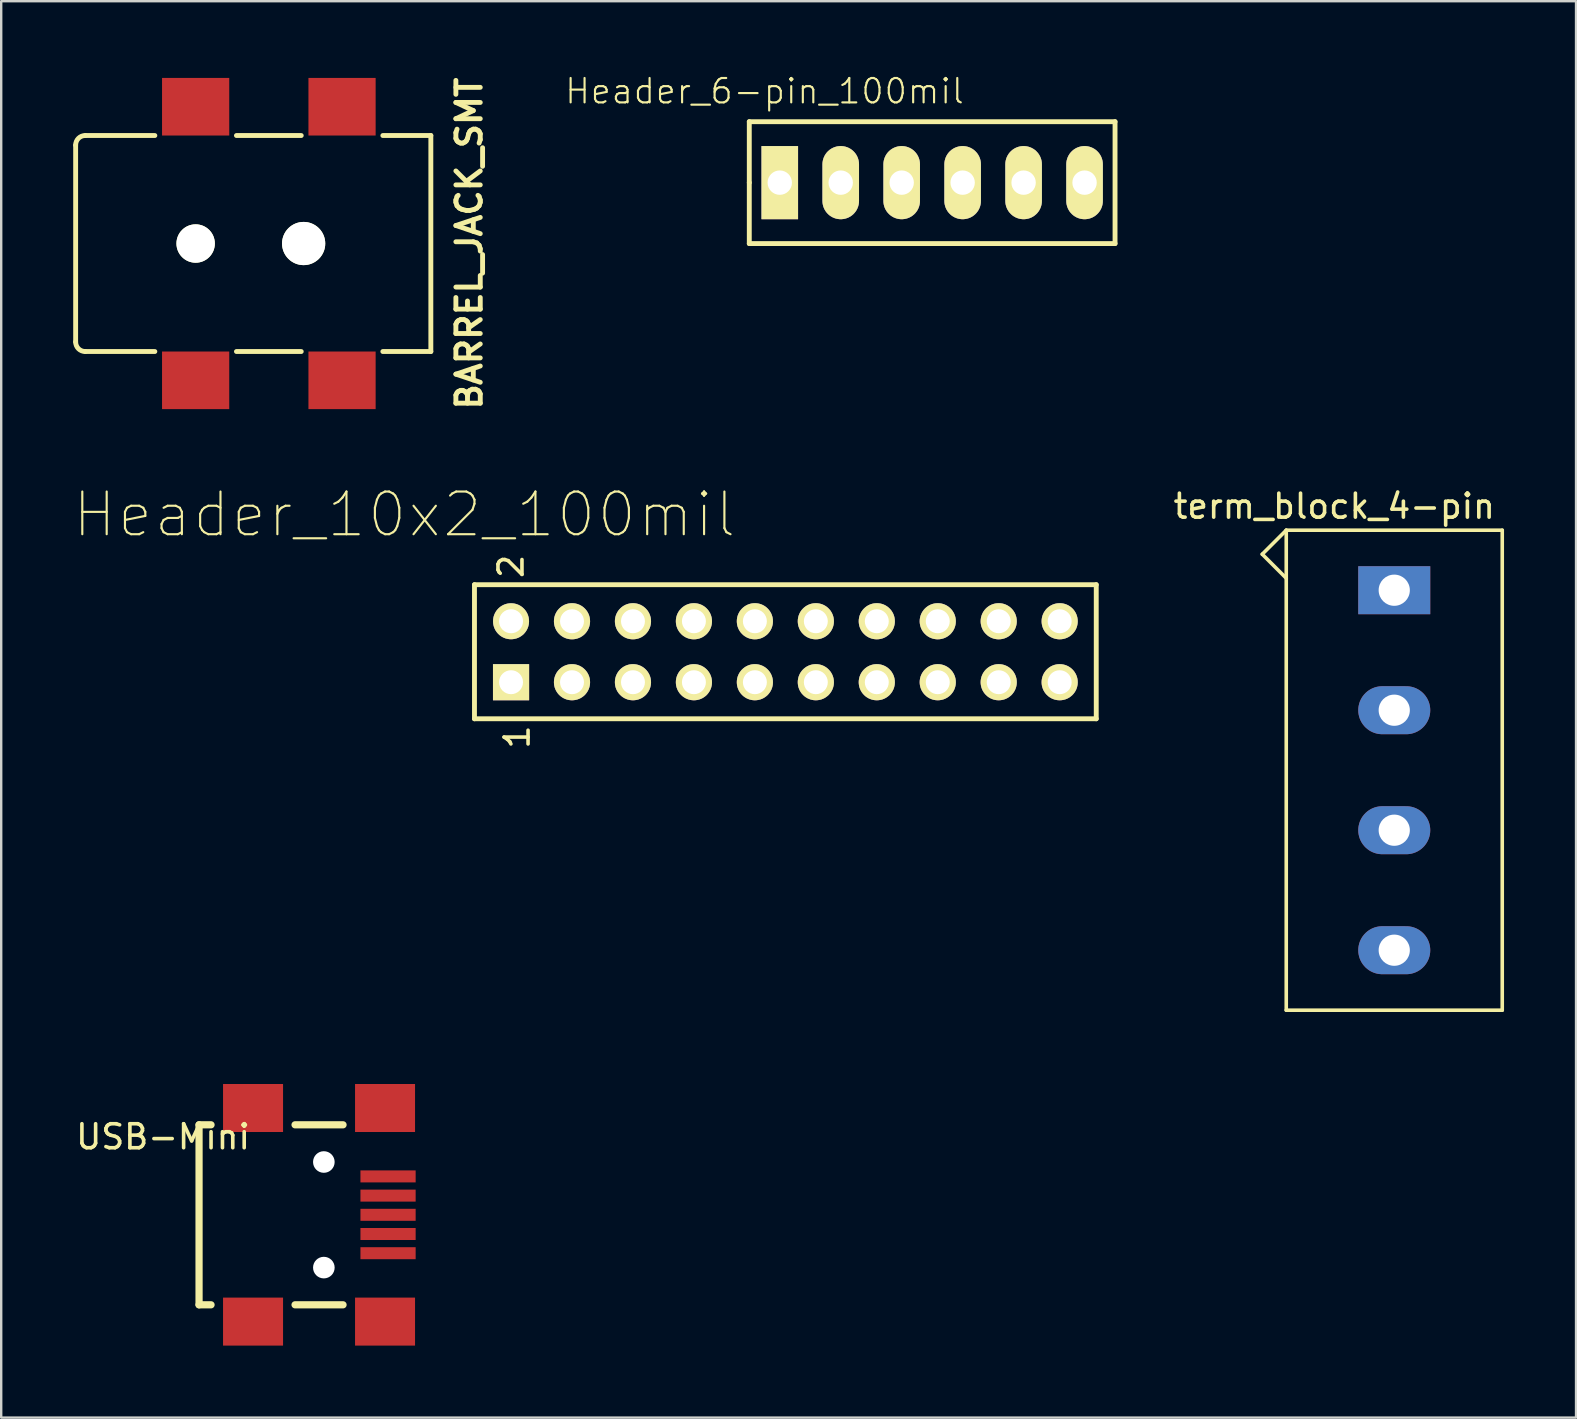
<source format=kicad_pcb>
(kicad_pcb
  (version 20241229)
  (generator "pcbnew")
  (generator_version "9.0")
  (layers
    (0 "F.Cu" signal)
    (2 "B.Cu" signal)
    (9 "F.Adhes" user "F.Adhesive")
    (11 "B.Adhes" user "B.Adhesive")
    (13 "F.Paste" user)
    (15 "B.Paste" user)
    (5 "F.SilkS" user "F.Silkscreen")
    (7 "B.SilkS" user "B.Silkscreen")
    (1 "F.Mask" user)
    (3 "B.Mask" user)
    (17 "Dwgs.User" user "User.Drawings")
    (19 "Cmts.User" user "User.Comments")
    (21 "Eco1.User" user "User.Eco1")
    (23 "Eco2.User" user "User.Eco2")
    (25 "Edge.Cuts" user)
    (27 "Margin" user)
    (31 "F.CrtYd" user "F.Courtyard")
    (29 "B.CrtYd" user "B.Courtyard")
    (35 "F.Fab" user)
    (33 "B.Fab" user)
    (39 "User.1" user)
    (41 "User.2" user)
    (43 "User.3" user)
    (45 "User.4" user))
  (footprint "term_block_4-pin"
    (layer "F.Cu")
    (at 55.045 21.543)
    (property "Reference" "term_block_4-pin" (at -2.5 -3.5 0) (layer "F.SilkS") (effects (font (size 1 1) (thickness 0.15))))
    (attr through_hole)
    (fp_line (start -5.5 -1.5) (end -4.5 -0.5) (stroke (width 0.15) (type solid)) (layer "F.SilkS"))
    (fp_line (start -4.5 -2.5) (end -5.5 -1.5) (stroke (width 0.15) (type solid)) (layer "F.SilkS"))
    (fp_line (start -4.5 -2.5) (end -4.5 17.5) (stroke (width 0.15) (type solid)) (layer "F.SilkS"))
    (fp_line (start -4.5 17.5) (end 4.5 17.5) (stroke (width 0.15) (type solid)) (layer "F.SilkS"))
    (fp_line (start 4.5 -2.5) (end -4.5 -2.5) (stroke (width 0.15) (type solid)) (layer "F.SilkS"))
    (fp_line (start 4.5 17.5) (end 4.5 -2.5) (stroke (width 0.15) (type solid)) (layer "F.SilkS"))
    (pad "1" thru_hole rect (at 0 0) (size 3 2) (drill 1.3) (layers "*.Cu" "*.Mask"))
    (pad "2" thru_hole oval (at 0 5) (size 3 2) (drill 1.3) (layers "*.Cu" "*.Mask"))
    (pad "3" thru_hole oval (at 0 10) (size 3 2) (drill 1.3) (layers "*.Cu" "*.Mask"))
    (pad "4" thru_hole oval (at 0 15) (size 3 2) (drill 1.3) (layers "*.Cu" "*.Mask")))
  (footprint "BARREL_JACK_SMT"
    (layer "F.Cu")
    (at 5.102 7.097)
    (property "Reference" "BARREL_JACK_SMT" (at 11.4 0 90) (layer "F.SilkS") (effects (font (size 1.016 1.016) (thickness 0.203))))
    (attr through_hole)
    (fp_line (start -5 -4.1) (end -5 4.1) (stroke (width 0.203) (type solid)) (layer "F.SilkS"))
    (fp_line (start -4.6 4.5) (end -1.7 4.5) (stroke (width 0.203) (type solid)) (layer "F.SilkS"))
    (fp_line (start -1.7 -4.5) (end -4.6 -4.5) (stroke (width 0.203) (type solid)) (layer "F.SilkS"))
    (fp_line (start 1.7 -4.5) (end 4.4 -4.5) (stroke (width 0.203) (type solid)) (layer "F.SilkS"))
    (fp_line (start 1.7 4.5) (end 4.4 4.5) (stroke (width 0.203) (type solid)) (layer "F.SilkS"))
    (fp_line (start 9.8 -4.5) (end 7.8 -4.5) (stroke (width 0.203) (type solid)) (layer "F.SilkS"))
    (fp_line (start 9.8 -4.5) (end 9.8 4.5) (stroke (width 0.203) (type solid)) (layer "F.SilkS"))
    (fp_line (start 9.8 4.5) (end 7.8 4.5) (stroke (width 0.203) (type solid)) (layer "F.SilkS"))
    (fp_arc (start -5 -4.1) (mid -4.882843 -4.382843) (end -4.6 -4.5) (stroke (width 0.2032) (type solid)) (layer "F.SilkS"))
    (fp_arc (start -4.6 4.5) (mid -4.882843 4.382843) (end -5 4.1) (stroke (width 0.2032) (type solid)) (layer "F.SilkS"))
    (pad "" np_thru_hole circle (at 0 0) (size 1.6 1.6) (drill 1.6) (layers "*.Cu" "*.Mask" "F.SilkS"))
    (pad "" np_thru_hole circle (at 4.5 0) (size 1.8 1.8) (drill 1.8) (layers "*.Cu" "*.Mask" "F.SilkS"))
    (pad "1" smd rect (at 0 -5.7) (size 2.8 2.4) (layers "F.Cu" "F.Mask" "F.Paste"))
    (pad "1" smd rect (at 6.1 -5.7) (size 2.8 2.4) (layers "F.Cu" "F.Mask" "F.Paste"))
    (pad "2" smd rect (at 0 5.7) (size 2.8 2.4) (layers "F.Cu" "F.Mask" "F.Paste"))
    (pad "3" smd rect (at 6.1 5.7) (size 2.8 2.4) (layers "F.Cu" "F.Mask" "F.Paste")))
  (footprint "USB-Mini"
    (layer "F.Cu")
    (at 5.244 47.568)
    (property "Reference" "USB-Mini" (at -1.5 -3.25 0) (layer "F.SilkS") (effects (font (size 1 1) (thickness 0.15))))
    (attr through_hole)
    (fp_line (start 0 -3.75) (end 0 3.75) (stroke (width 0.3) (type solid)) (layer "F.SilkS"))
    (fp_line (start 0 3.75) (end 0.5 3.75) (stroke (width 0.3) (type solid)) (layer "F.SilkS"))
    (fp_line (start 0.5 -3.75) (end 0 -3.75) (stroke (width 0.3) (type solid)) (layer "F.SilkS"))
    (fp_line (start 4 -3.75) (end 6 -3.75) (stroke (width 0.3) (type solid)) (layer "F.SilkS"))
    (fp_line (start 4 3.75) (end 6 3.75) (stroke (width 0.3) (type solid)) (layer "F.SilkS"))
    (pad "" np_thru_hole circle (at 5.2 -2.2) (size 0.9 0.9) (drill 0.9) (layers "*.Cu" "*.Mask"))
    (pad "" np_thru_hole circle (at 5.2 2.2) (size 0.9 0.9) (drill 0.9) (layers "*.Cu" "*.Mask"))
    (pad "1" smd rect (at 7.875 -1.6) (size 2.3 0.5) (layers "F.Cu" "F.Mask" "F.Paste"))
    (pad "2" smd rect (at 7.875 -0.8) (size 2.3 0.5) (layers "F.Cu" "F.Mask" "F.Paste"))
    (pad "3" smd rect (at 7.875 0) (size 2.3 0.5) (layers "F.Cu" "F.Mask" "F.Paste"))
    (pad "4" smd rect (at 7.875 0.8) (size 2.3 0.5) (layers "F.Cu" "F.Mask" "F.Paste"))
    (pad "5" smd rect (at 7.875 1.6) (size 2.3 0.5) (layers "F.Cu" "F.Mask" "F.Paste"))
    (pad "6" smd rect (at 2.25 -4.45) (size 2.5 2) (layers "F.Cu" "F.Mask" "F.Paste"))
    (pad "6" smd rect (at 2.25 4.45) (size 2.5 2) (layers "F.Cu" "F.Mask" "F.Paste"))
    (pad "6" smd rect (at 7.75 -4.45) (size 2.5 2) (layers "F.Cu" "F.Mask" "F.Paste"))
    (pad "6" smd rect (at 7.75 4.45) (size 2.5 2) (layers "F.Cu" "F.Mask" "F.Paste")))
  (footprint "Header_10x2_100mil"
    (layer "F.Cu")
    (at 29.674 24.106)
    (property "Reference" "Header_10x2_100mil" (at -15.875 -5.715 0) (layer "F.SilkS") (effects (font (size 1.778 1.778) (thickness 0.089))))
    (attr exclude_from_pos_files exclude_from_bom)
    (fp_line (start -12.954 -2.794) (end -12.954 2.794) (stroke (width 0.203) (type solid)) (layer "F.SilkS"))
    (fp_line (start -12.954 2.794) (end 12.954 2.794) (stroke (width 0.203) (type solid)) (layer "F.SilkS"))
    (fp_line (start 12.954 -2.794) (end -12.954 -2.794) (stroke (width 0.203) (type solid)) (layer "F.SilkS"))
    (fp_line (start 12.954 2.794) (end 12.954 -2.794) (stroke (width 0.203) (type solid)) (layer "F.SilkS"))
    (fp_text user "1" (at -11.176 3.556 90) (layer "F.SilkS") (effects (font (size 1 1) (thickness 0.15))))
    (fp_text user "2" (at -11.43 -3.556 90) (layer "F.SilkS") (effects (font (size 1 1) (thickness 0.15))))
    (pad "1" thru_hole rect (at -11.43 1.27) (size 1.506 1.506) (drill 0.998) (layers "*.Cu" "F.Mask" "F.SilkS" "F.Paste"))
    (pad "2" thru_hole circle (at -11.43 -1.27) (size 1.5 1.5) (drill 1) (layers "*.Cu" "F.Mask" "F.SilkS" "F.Paste"))
    (pad "3" thru_hole circle (at -8.89 1.27) (size 1.506 1.506) (drill 0.998) (layers "*.Cu" "F.Mask" "F.SilkS" "F.Paste"))
    (pad "4" thru_hole circle (at -8.89 -1.27) (size 1.506 1.506) (drill 0.998) (layers "*.Cu" "F.Mask" "F.SilkS" "F.Paste"))
    (pad "5" thru_hole circle (at -6.35 1.27) (size 1.506 1.506) (drill 0.998) (layers "*.Cu" "F.Mask" "F.SilkS" "F.Paste"))
    (pad "6" thru_hole circle (at -6.35 -1.27) (size 1.506 1.506) (drill 0.998) (layers "*.Cu" "F.Mask" "F.SilkS" "F.Paste"))
    (pad "7" thru_hole circle (at -3.81 1.27) (size 1.506 1.506) (drill 0.998) (layers "*.Cu" "F.Mask" "F.SilkS" "F.Paste"))
    (pad "8" thru_hole circle (at -3.81 -1.27) (size 1.506 1.506) (drill 0.998) (layers "*.Cu" "F.Mask" "F.SilkS" "F.Paste"))
    (pad "9" thru_hole circle (at -1.27 1.27) (size 1.506 1.506) (drill 0.998) (layers "*.Cu" "F.Mask" "F.SilkS" "F.Paste"))
    (pad "10" thru_hole circle (at -1.27 -1.27) (size 1.506 1.506) (drill 0.998) (layers "*.Cu" "F.Mask" "F.SilkS" "F.Paste"))
    (pad "11" thru_hole circle (at 1.27 1.27) (size 1.506 1.506) (drill 0.998) (layers "*.Cu" "F.Mask" "F.SilkS" "F.Paste"))
    (pad "12" thru_hole circle (at 1.27 -1.27) (size 1.506 1.506) (drill 0.998) (layers "*.Cu" "F.Mask" "F.SilkS" "F.Paste"))
    (pad "13" thru_hole circle (at 3.81 1.27) (size 1.506 1.506) (drill 0.998) (layers "*.Cu" "F.Mask" "F.SilkS" "F.Paste"))
    (pad "14" thru_hole circle (at 3.81 -1.27) (size 1.506 1.506) (drill 0.998) (layers "*.Cu" "F.Mask" "F.SilkS" "F.Paste"))
    (pad "15" thru_hole circle (at 6.35 1.27) (size 1.506 1.506) (drill 0.998) (layers "*.Cu" "F.Mask" "F.SilkS" "F.Paste"))
    (pad "16" thru_hole circle (at 6.35 -1.27) (size 1.506 1.506) (drill 0.998) (layers "*.Cu" "F.Mask" "F.SilkS" "F.Paste"))
    (pad "17" thru_hole circle (at 8.89 1.27) (size 1.506 1.506) (drill 0.998) (layers "*.Cu" "F.Mask" "F.SilkS" "F.Paste"))
    (pad "18" thru_hole circle (at 8.89 -1.27) (size 1.506 1.506) (drill 0.998) (layers "*.Cu" "F.Mask" "F.SilkS" "F.Paste"))
    (pad "19" thru_hole circle (at 11.43 1.27) (size 1.506 1.506) (drill 0.998) (layers "*.Cu" "F.Mask" "F.SilkS" "F.Paste"))
    (pad "20" thru_hole circle (at 11.43 -1.27) (size 1.506 1.506) (drill 0.998) (layers "*.Cu" "F.Mask" "F.SilkS" "F.Paste")))
  (footprint "Header_6-pin_100mil"
    (layer "F.Cu")
    (at 35.791 4.56)
    (property "Reference" "Header_6-pin_100mil" (at -6.985 -3.81 0) (layer "F.SilkS") (effects (font (size 1.016 1.016) (thickness 0.089))))
    (attr exclude_from_pos_files exclude_from_bom)
    (fp_line (start -7.62 -2.54) (end 7.62 -2.54) (stroke (width 0.203) (type solid)) (layer "F.SilkS"))
    (fp_line (start -7.62 0) (end -7.62 -2.54) (stroke (width 0.203) (type solid)) (layer "F.SilkS"))
    (fp_line (start -7.62 2.54) (end -7.62 0) (stroke (width 0.203) (type solid)) (layer "F.SilkS"))
    (fp_line (start 7.62 -2.54) (end 7.62 2.54) (stroke (width 0.203) (type solid)) (layer "F.SilkS"))
    (fp_line (start 7.62 2.54) (end -7.62 2.54) (stroke (width 0.203) (type solid)) (layer "F.SilkS"))
    (pad "1" thru_hole rect (at -6.35 0) (size 1.524 3.048) (drill 1.016) (layers "*.Cu" "*.Mask" "F.SilkS" "F.Paste"))
    (pad "2" thru_hole oval (at -3.81 0) (size 1.524 3.048) (drill 1.016) (layers "*.Cu" "*.Mask" "F.SilkS" "F.Paste"))
    (pad "3" thru_hole oval (at -1.27 0) (size 1.524 3.048) (drill 1.016) (layers "*.Cu" "*.Mask" "F.SilkS" "F.Paste"))
    (pad "4" thru_hole oval (at 1.27 0) (size 1.524 3.048) (drill 1.016) (layers "*.Cu" "*.Mask" "F.SilkS" "F.Paste"))
    (pad "5" thru_hole oval (at 3.81 0) (size 1.524 3.048) (drill 1.016) (layers "*.Cu" "*.Mask" "F.SilkS" "F.Paste"))
    (pad "6" thru_hole oval (at 6.35 0) (size 1.524 3.048) (drill 1.016) (layers "*.Cu" "*.Mask" "F.SilkS" "F.Paste")))
  (gr_rect
    (start -3 -3)
    (end 62.62 56.018)
    (stroke (width 0.1) (type default))
    (fill no)
    (layer "Edge.Cuts")))
</source>
